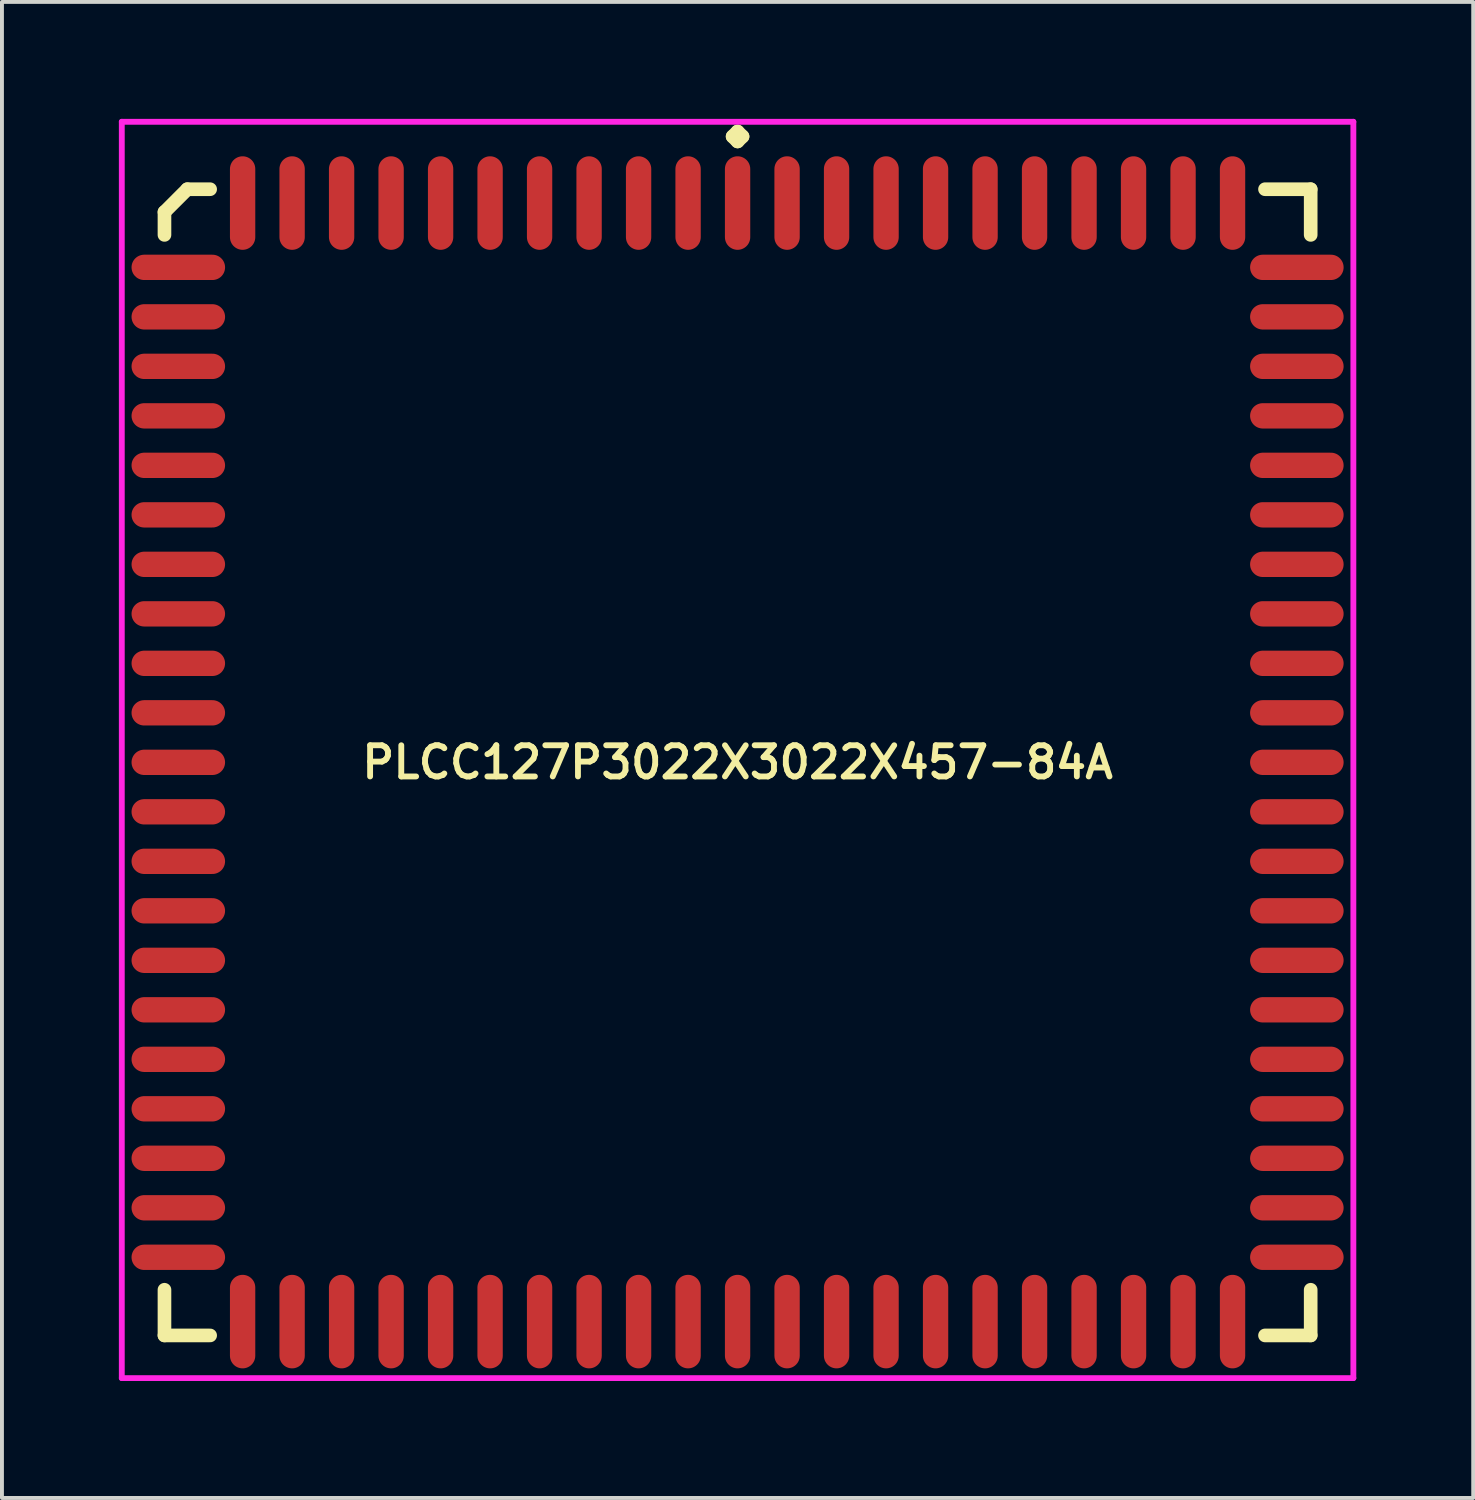
<source format=kicad_pcb>
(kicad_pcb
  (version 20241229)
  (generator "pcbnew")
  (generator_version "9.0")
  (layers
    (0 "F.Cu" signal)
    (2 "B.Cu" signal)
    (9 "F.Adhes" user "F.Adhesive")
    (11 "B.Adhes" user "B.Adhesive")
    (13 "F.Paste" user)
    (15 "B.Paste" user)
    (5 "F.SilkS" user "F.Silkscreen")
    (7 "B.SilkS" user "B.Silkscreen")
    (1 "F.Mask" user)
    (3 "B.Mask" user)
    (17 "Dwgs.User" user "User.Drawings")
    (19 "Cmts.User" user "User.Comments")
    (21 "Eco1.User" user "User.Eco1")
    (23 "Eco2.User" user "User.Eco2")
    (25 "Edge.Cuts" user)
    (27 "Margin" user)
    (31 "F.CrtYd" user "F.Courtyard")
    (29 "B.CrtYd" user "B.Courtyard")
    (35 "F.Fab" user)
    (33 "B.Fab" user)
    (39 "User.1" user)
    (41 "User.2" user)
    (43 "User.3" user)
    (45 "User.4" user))
  (footprint "PLCC127P3022X3022X457-84A"
    (layer "F.Cu")
    (at 15.875 16.51)
    (property "Reference" "PLCC127P3022X3022X457-84A" (at 0 0 0) (layer "F.SilkS") (effects (font (size 0.8 0.8) (thickness 0.15))))
    (attr smd)
    (fp_line (start -14.705 -14.119) (end -14.119 -14.705) (stroke (width 0.35) (type solid)) (layer "F.SilkS"))
    (fp_line (start -14.705 -13.533) (end -14.705 -14.119) (stroke (width 0.35) (type solid)) (layer "F.SilkS"))
    (fp_line (start -14.705 13.533) (end -14.705 14.705) (stroke (width 0.35) (type solid)) (layer "F.SilkS"))
    (fp_line (start -14.705 14.705) (end -13.533 14.705) (stroke (width 0.35) (type solid)) (layer "F.SilkS"))
    (fp_line (start -14.119 -14.705) (end -13.533 -14.705) (stroke (width 0.35) (type solid)) (layer "F.SilkS"))
    (fp_line (start -0.127 -16.058) (end 0 -16.185) (stroke (width 0.35) (type solid)) (layer "F.SilkS"))
    (fp_line (start 0 -16.185) (end 0.127 -16.058) (stroke (width 0.35) (type solid)) (layer "F.SilkS"))
    (fp_line (start 0 -15.931) (end -0.127 -16.058) (stroke (width 0.35) (type solid)) (layer "F.SilkS"))
    (fp_line (start 0.127 -16.058) (end 0 -15.931) (stroke (width 0.35) (type solid)) (layer "F.SilkS"))
    (fp_line (start 14.705 -14.705) (end 13.533 -14.705) (stroke (width 0.35) (type solid)) (layer "F.SilkS"))
    (fp_line (start 14.705 -13.533) (end 14.705 -14.705) (stroke (width 0.35) (type solid)) (layer "F.SilkS"))
    (fp_line (start 14.705 13.533) (end 14.705 14.705) (stroke (width 0.35) (type solid)) (layer "F.SilkS"))
    (fp_line (start 14.705 14.705) (end 13.533 14.705) (stroke (width 0.35) (type solid)) (layer "F.SilkS"))
    (fp_line (start -15.8 -16.435) (end 15.8 -16.435) (stroke (width 0.15) (type solid)) (layer "F.CrtYd"))
    (fp_line (start -15.8 15.8) (end -15.8 -16.435) (stroke (width 0.15) (type solid)) (layer "F.CrtYd"))
    (fp_line (start 15.8 -16.435) (end 15.8 15.8) (stroke (width 0.15) (type solid)) (layer "F.CrtYd"))
    (fp_line (start 15.8 15.8) (end -15.8 15.8) (stroke (width 0.15) (type solid)) (layer "F.CrtYd"))
    (pad "1" smd oval (at 0 -14.35) (size 0.65 2.4) (layers "F.Cu" "F.Mask" "F.Paste"))
    (pad "2" smd oval (at -1.27 -14.35) (size 0.65 2.4) (layers "F.Cu" "F.Mask" "F.Paste"))
    (pad "3" smd oval (at -2.54 -14.35) (size 0.65 2.4) (layers "F.Cu" "F.Mask" "F.Paste"))
    (pad "4" smd oval (at -3.81 -14.35) (size 0.65 2.4) (layers "F.Cu" "F.Mask" "F.Paste"))
    (pad "5" smd oval (at -5.08 -14.35) (size 0.65 2.4) (layers "F.Cu" "F.Mask" "F.Paste"))
    (pad "6" smd oval (at -6.35 -14.35) (size 0.65 2.4) (layers "F.Cu" "F.Mask" "F.Paste"))
    (pad "7" smd oval (at -7.62 -14.35) (size 0.65 2.4) (layers "F.Cu" "F.Mask" "F.Paste"))
    (pad "8" smd oval (at -8.89 -14.35) (size 0.65 2.4) (layers "F.Cu" "F.Mask" "F.Paste"))
    (pad "9" smd oval (at -10.16 -14.35) (size 0.65 2.4) (layers "F.Cu" "F.Mask" "F.Paste"))
    (pad "10" smd oval (at -11.43 -14.35) (size 0.65 2.4) (layers "F.Cu" "F.Mask" "F.Paste"))
    (pad "11" smd oval (at -12.7 -14.35) (size 0.65 2.4) (layers "F.Cu" "F.Mask" "F.Paste"))
    (pad "12" smd oval (at -14.35 -12.7) (size 2.4 0.65) (layers "F.Cu" "F.Mask" "F.Paste"))
    (pad "13" smd oval (at -14.35 -11.43) (size 2.4 0.65) (layers "F.Cu" "F.Mask" "F.Paste"))
    (pad "14" smd oval (at -14.35 -10.16) (size 2.4 0.65) (layers "F.Cu" "F.Mask" "F.Paste"))
    (pad "15" smd oval (at -14.35 -8.89) (size 2.4 0.65) (layers "F.Cu" "F.Mask" "F.Paste"))
    (pad "16" smd oval (at -14.35 -7.62) (size 2.4 0.65) (layers "F.Cu" "F.Mask" "F.Paste"))
    (pad "17" smd oval (at -14.35 -6.35) (size 2.4 0.65) (layers "F.Cu" "F.Mask" "F.Paste"))
    (pad "18" smd oval (at -14.35 -5.08) (size 2.4 0.65) (layers "F.Cu" "F.Mask" "F.Paste"))
    (pad "19" smd oval (at -14.35 -3.81) (size 2.4 0.65) (layers "F.Cu" "F.Mask" "F.Paste"))
    (pad "20" smd oval (at -14.35 -2.54) (size 2.4 0.65) (layers "F.Cu" "F.Mask" "F.Paste"))
    (pad "21" smd oval (at -14.35 -1.27) (size 2.4 0.65) (layers "F.Cu" "F.Mask" "F.Paste"))
    (pad "22" smd oval (at -14.35 0) (size 2.4 0.65) (layers "F.Cu" "F.Mask" "F.Paste"))
    (pad "23" smd oval (at -14.35 1.27) (size 2.4 0.65) (layers "F.Cu" "F.Mask" "F.Paste"))
    (pad "24" smd oval (at -14.35 2.54) (size 2.4 0.65) (layers "F.Cu" "F.Mask" "F.Paste"))
    (pad "25" smd oval (at -14.35 3.81) (size 2.4 0.65) (layers "F.Cu" "F.Mask" "F.Paste"))
    (pad "26" smd oval (at -14.35 5.08) (size 2.4 0.65) (layers "F.Cu" "F.Mask" "F.Paste"))
    (pad "27" smd oval (at -14.35 6.35) (size 2.4 0.65) (layers "F.Cu" "F.Mask" "F.Paste"))
    (pad "28" smd oval (at -14.35 7.62) (size 2.4 0.65) (layers "F.Cu" "F.Mask" "F.Paste"))
    (pad "29" smd oval (at -14.35 8.89) (size 2.4 0.65) (layers "F.Cu" "F.Mask" "F.Paste"))
    (pad "30" smd oval (at -14.35 10.16) (size 2.4 0.65) (layers "F.Cu" "F.Mask" "F.Paste"))
    (pad "31" smd oval (at -14.35 11.43) (size 2.4 0.65) (layers "F.Cu" "F.Mask" "F.Paste"))
    (pad "32" smd oval (at -14.35 12.7) (size 2.4 0.65) (layers "F.Cu" "F.Mask" "F.Paste"))
    (pad "33" smd oval (at -12.7 14.35) (size 0.65 2.4) (layers "F.Cu" "F.Mask" "F.Paste"))
    (pad "34" smd oval (at -11.43 14.35) (size 0.65 2.4) (layers "F.Cu" "F.Mask" "F.Paste"))
    (pad "35" smd oval (at -10.16 14.35) (size 0.65 2.4) (layers "F.Cu" "F.Mask" "F.Paste"))
    (pad "36" smd oval (at -8.89 14.35) (size 0.65 2.4) (layers "F.Cu" "F.Mask" "F.Paste"))
    (pad "37" smd oval (at -7.62 14.35) (size 0.65 2.4) (layers "F.Cu" "F.Mask" "F.Paste"))
    (pad "38" smd oval (at -6.35 14.35) (size 0.65 2.4) (layers "F.Cu" "F.Mask" "F.Paste"))
    (pad "39" smd oval (at -5.08 14.35) (size 0.65 2.4) (layers "F.Cu" "F.Mask" "F.Paste"))
    (pad "40" smd oval (at -3.81 14.35) (size 0.65 2.4) (layers "F.Cu" "F.Mask" "F.Paste"))
    (pad "41" smd oval (at -2.54 14.35) (size 0.65 2.4) (layers "F.Cu" "F.Mask" "F.Paste"))
    (pad "42" smd oval (at -1.27 14.35) (size 0.65 2.4) (layers "F.Cu" "F.Mask" "F.Paste"))
    (pad "43" smd oval (at 0 14.35) (size 0.65 2.4) (layers "F.Cu" "F.Mask" "F.Paste"))
    (pad "44" smd oval (at 1.27 14.35) (size 0.65 2.4) (layers "F.Cu" "F.Mask" "F.Paste"))
    (pad "45" smd oval (at 2.54 14.35) (size 0.65 2.4) (layers "F.Cu" "F.Mask" "F.Paste"))
    (pad "46" smd oval (at 3.81 14.35) (size 0.65 2.4) (layers "F.Cu" "F.Mask" "F.Paste"))
    (pad "47" smd oval (at 5.08 14.35) (size 0.65 2.4) (layers "F.Cu" "F.Mask" "F.Paste"))
    (pad "48" smd oval (at 6.35 14.35) (size 0.65 2.4) (layers "F.Cu" "F.Mask" "F.Paste"))
    (pad "49" smd oval (at 7.62 14.35) (size 0.65 2.4) (layers "F.Cu" "F.Mask" "F.Paste"))
    (pad "50" smd oval (at 8.89 14.35) (size 0.65 2.4) (layers "F.Cu" "F.Mask" "F.Paste"))
    (pad "51" smd oval (at 10.16 14.35) (size 0.65 2.4) (layers "F.Cu" "F.Mask" "F.Paste"))
    (pad "52" smd oval (at 11.43 14.35) (size 0.65 2.4) (layers "F.Cu" "F.Mask" "F.Paste"))
    (pad "53" smd oval (at 12.7 14.35) (size 0.65 2.4) (layers "F.Cu" "F.Mask" "F.Paste"))
    (pad "54" smd oval (at 14.35 12.7) (size 2.4 0.65) (layers "F.Cu" "F.Mask" "F.Paste"))
    (pad "55" smd oval (at 14.35 11.43) (size 2.4 0.65) (layers "F.Cu" "F.Mask" "F.Paste"))
    (pad "56" smd oval (at 14.35 10.16) (size 2.4 0.65) (layers "F.Cu" "F.Mask" "F.Paste"))
    (pad "57" smd oval (at 14.35 8.89) (size 2.4 0.65) (layers "F.Cu" "F.Mask" "F.Paste"))
    (pad "58" smd oval (at 14.35 7.62) (size 2.4 0.65) (layers "F.Cu" "F.Mask" "F.Paste"))
    (pad "59" smd oval (at 14.35 6.35) (size 2.4 0.65) (layers "F.Cu" "F.Mask" "F.Paste"))
    (pad "60" smd oval (at 14.35 5.08) (size 2.4 0.65) (layers "F.Cu" "F.Mask" "F.Paste"))
    (pad "61" smd oval (at 14.35 3.81) (size 2.4 0.65) (layers "F.Cu" "F.Mask" "F.Paste"))
    (pad "62" smd oval (at 14.35 2.54) (size 2.4 0.65) (layers "F.Cu" "F.Mask" "F.Paste"))
    (pad "63" smd oval (at 14.35 1.27) (size 2.4 0.65) (layers "F.Cu" "F.Mask" "F.Paste"))
    (pad "64" smd oval (at 14.35 0) (size 2.4 0.65) (layers "F.Cu" "F.Mask" "F.Paste"))
    (pad "65" smd oval (at 14.35 -1.27) (size 2.4 0.65) (layers "F.Cu" "F.Mask" "F.Paste"))
    (pad "66" smd oval (at 14.35 -2.54) (size 2.4 0.65) (layers "F.Cu" "F.Mask" "F.Paste"))
    (pad "67" smd oval (at 14.35 -3.81) (size 2.4 0.65) (layers "F.Cu" "F.Mask" "F.Paste"))
    (pad "68" smd oval (at 14.35 -5.08) (size 2.4 0.65) (layers "F.Cu" "F.Mask" "F.Paste"))
    (pad "69" smd oval (at 14.35 -6.35) (size 2.4 0.65) (layers "F.Cu" "F.Mask" "F.Paste"))
    (pad "70" smd oval (at 14.35 -7.62) (size 2.4 0.65) (layers "F.Cu" "F.Mask" "F.Paste"))
    (pad "71" smd oval (at 14.35 -8.89) (size 2.4 0.65) (layers "F.Cu" "F.Mask" "F.Paste"))
    (pad "72" smd oval (at 14.35 -10.16) (size 2.4 0.65) (layers "F.Cu" "F.Mask" "F.Paste"))
    (pad "73" smd oval (at 14.35 -11.43) (size 2.4 0.65) (layers "F.Cu" "F.Mask" "F.Paste"))
    (pad "74" smd oval (at 14.35 -12.7) (size 2.4 0.65) (layers "F.Cu" "F.Mask" "F.Paste"))
    (pad "75" smd oval (at 12.7 -14.35) (size 0.65 2.4) (layers "F.Cu" "F.Mask" "F.Paste"))
    (pad "76" smd oval (at 11.43 -14.35) (size 0.65 2.4) (layers "F.Cu" "F.Mask" "F.Paste"))
    (pad "77" smd oval (at 10.16 -14.35) (size 0.65 2.4) (layers "F.Cu" "F.Mask" "F.Paste"))
    (pad "78" smd oval (at 8.89 -14.35) (size 0.65 2.4) (layers "F.Cu" "F.Mask" "F.Paste"))
    (pad "79" smd oval (at 7.62 -14.35) (size 0.65 2.4) (layers "F.Cu" "F.Mask" "F.Paste"))
    (pad "80" smd oval (at 6.35 -14.35) (size 0.65 2.4) (layers "F.Cu" "F.Mask" "F.Paste"))
    (pad "81" smd oval (at 5.08 -14.35) (size 0.65 2.4) (layers "F.Cu" "F.Mask" "F.Paste"))
    (pad "82" smd oval (at 3.81 -14.35) (size 0.65 2.4) (layers "F.Cu" "F.Mask" "F.Paste"))
    (pad "83" smd oval (at 2.54 -14.35) (size 0.65 2.4) (layers "F.Cu" "F.Mask" "F.Paste"))
    (pad "84" smd oval (at 1.27 -14.35) (size 0.65 2.4) (layers "F.Cu" "F.Mask" "F.Paste")))
  (gr_rect
    (start -3 -3)
    (end 34.75 35.385)
    (stroke (width 0.1) (type default))
    (fill no)
    (layer "Edge.Cuts")))
</source>
